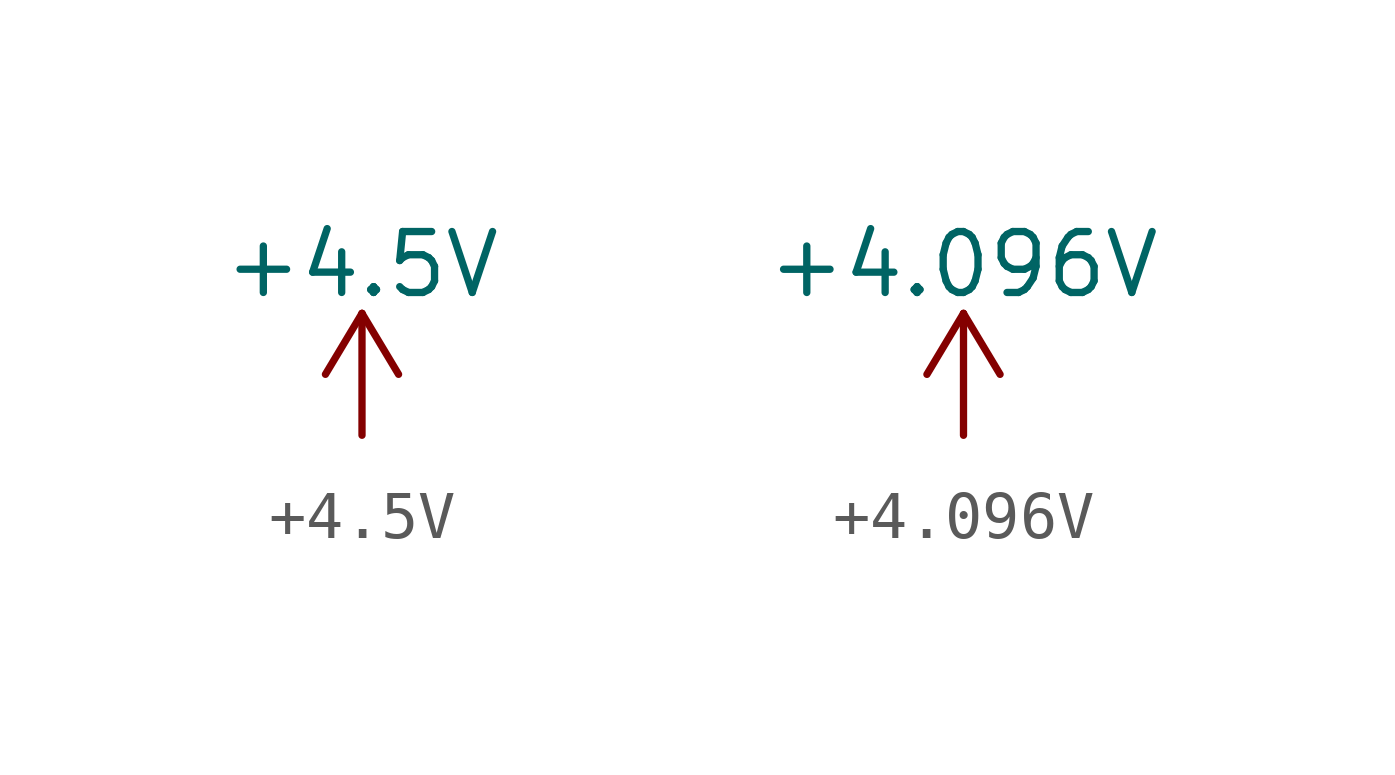
<source format=kicad_sym>
(kicad_symbol_lib
  (version 20220914)
  (generator kicad_symbol_editor)
  (symbol "+4.5V"
    (power)
    (pin_names
      (offset 0))
    (property "Reference" "#PWR"
      (at 0 -3.81 0)
      (effects (font (size 1.27 1.27)) hide))
    (property "Value" "+4.5V"
      (at 0 3.556 0)
      (effects (font (size 1.27 1.27))))
    (symbol "+4.5V_0_1"
      (polyline (pts (xy -0.762 1.27) (xy 0 2.54)) (stroke (width 0) (type default)) (fill (type none)))
      (polyline (pts (xy 0 0) (xy 0 2.54)) (stroke (width 0) (type default)) (fill (type none)))
      (polyline (pts (xy 0 2.54) (xy 0.762 1.27)) (stroke (width 0) (type default)) (fill (type none))))
    (symbol "+4.5V_1_1"
      (pin power_in line (at 0 0 90) (length 0) hide (name "+4.5V" (effects (font (size 1.27 1.27)))) (number "1" (effects (font (size 1.27 1.27)))))))
  (symbol "+4.096V"
    (power)
    (pin_names
      (offset 0))
    (property "Reference" "#PWR"
      (at 0 -3.81 0)
      (effects (font (size 1.27 1.27)) hide))
    (property "Value" "+4.096V"
      (at 0 3.556 0)
      (effects (font (size 1.27 1.27))))
    (symbol "+4.096V_0_1"
      (polyline (pts (xy -0.762 1.27) (xy 0 2.54)) (stroke (width 0) (type default)) (fill (type none)))
      (polyline (pts (xy 0 0) (xy 0 2.54)) (stroke (width 0) (type default)) (fill (type none)))
      (polyline (pts (xy 0 2.54) (xy 0.762 1.27)) (stroke (width 0) (type default)) (fill (type none))))
    (symbol "+4.096V_1_1"
      (pin power_in line (at 0 0 90) (length 0) hide (name "+4.096V" (effects (font (size 1.27 1.27)))) (number "1" (effects (font (size 1.27 1.27))))))))
</source>
